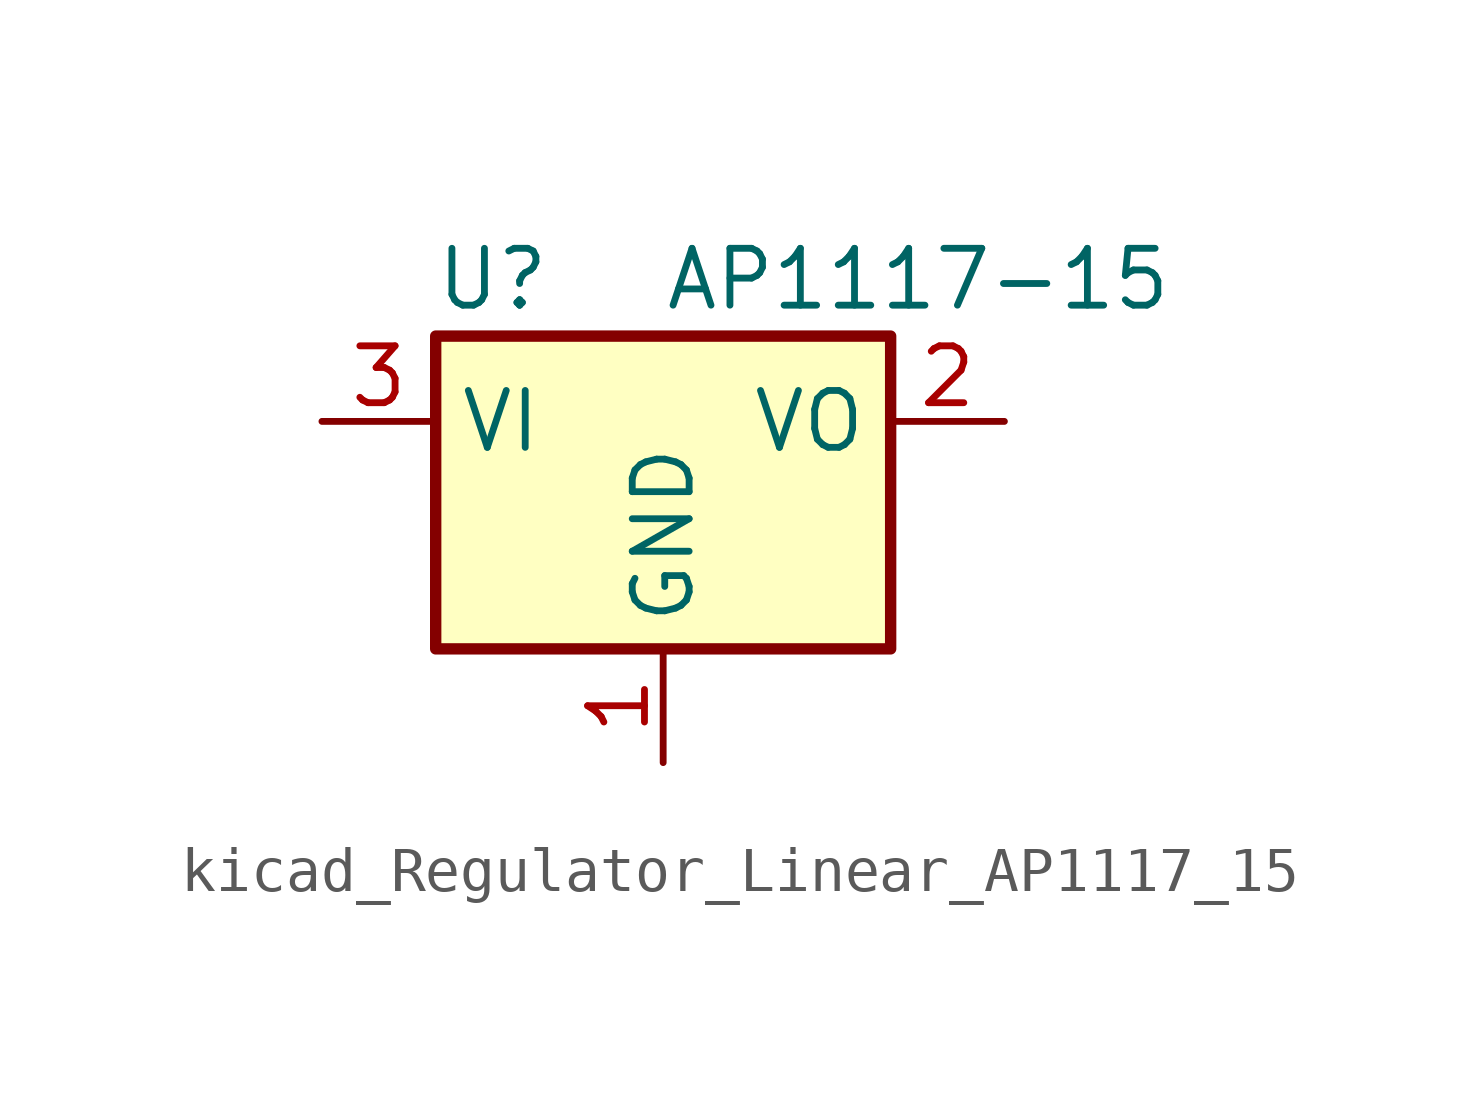
<source format=kicad_sym>
(kicad_symbol_lib
  (version 20220914)
  (generator kicad_symbol_editor)
  (symbol "kicad_Regulator_Linear_AP1117_15"
    (property "Reference" "U"
      (at -3.81 3.175 0)
      (effects (font (size 1.27 1.27))))
    (property "Value" "AP1117-15"
      (at 0 3.175 0)
      (effects (font (size 1.27 1.27)) (justify left)))
    (symbol "kicad_Regulator_Linear_AP1117_15_0_1"
      (rectangle (start -5.08 -5.08) (end 5.08 1.905) (stroke (width 0.254) (type default)) (fill (type background))))
    (symbol "kicad_Regulator_Linear_AP1117_15_1_1"
      (pin power_in line (at 0 -7.62 90) (length 2.54) (name "GND" (effects (font (size 1.27 1.27)))) (number "1" (effects (font (size 1.27 1.27)))))
      (pin power_out line (at 7.62 0 180) (length 2.54) (name "VO" (effects (font (size 1.27 1.27)))) (number "2" (effects (font (size 1.27 1.27)))))
      (pin power_in line (at -7.62 0 0) (length 2.54) (name "VI" (effects (font (size 1.27 1.27)))) (number "3" (effects (font (size 1.27 1.27))))))))
</source>
